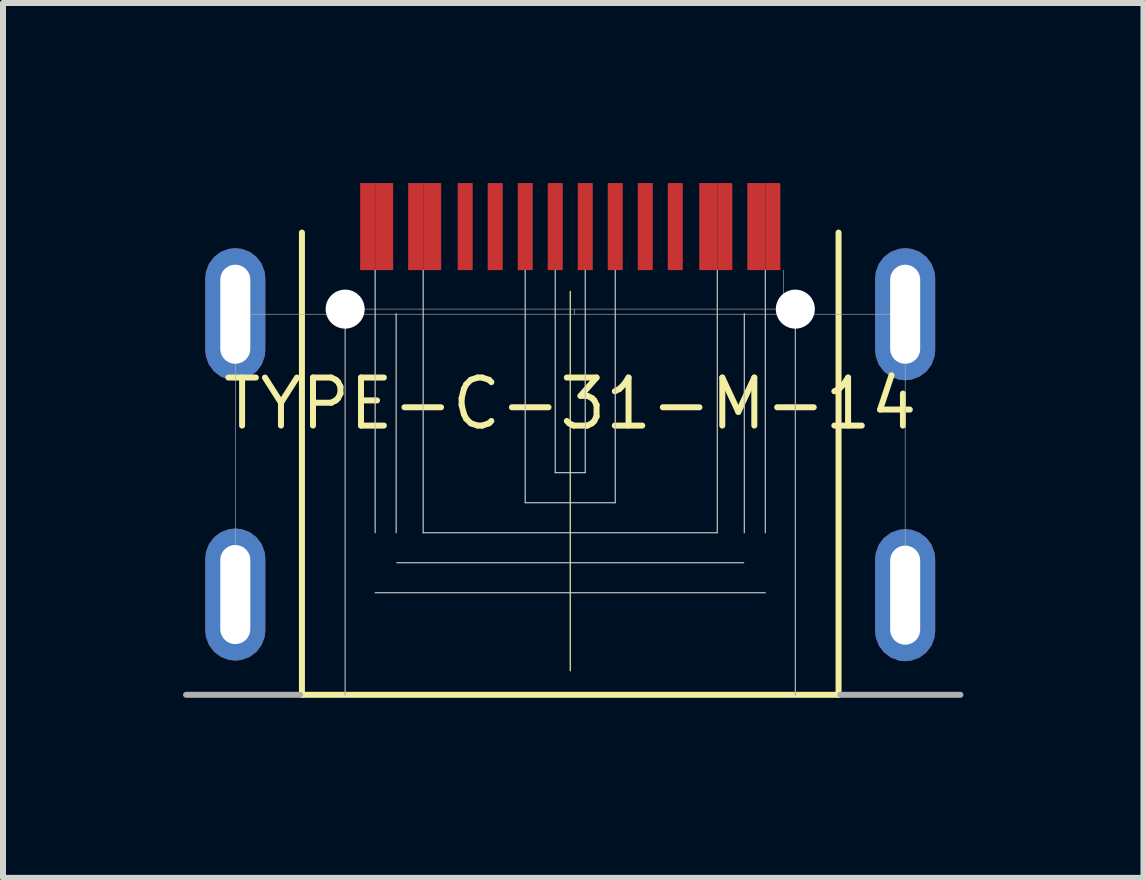
<source format=kicad_pcb>
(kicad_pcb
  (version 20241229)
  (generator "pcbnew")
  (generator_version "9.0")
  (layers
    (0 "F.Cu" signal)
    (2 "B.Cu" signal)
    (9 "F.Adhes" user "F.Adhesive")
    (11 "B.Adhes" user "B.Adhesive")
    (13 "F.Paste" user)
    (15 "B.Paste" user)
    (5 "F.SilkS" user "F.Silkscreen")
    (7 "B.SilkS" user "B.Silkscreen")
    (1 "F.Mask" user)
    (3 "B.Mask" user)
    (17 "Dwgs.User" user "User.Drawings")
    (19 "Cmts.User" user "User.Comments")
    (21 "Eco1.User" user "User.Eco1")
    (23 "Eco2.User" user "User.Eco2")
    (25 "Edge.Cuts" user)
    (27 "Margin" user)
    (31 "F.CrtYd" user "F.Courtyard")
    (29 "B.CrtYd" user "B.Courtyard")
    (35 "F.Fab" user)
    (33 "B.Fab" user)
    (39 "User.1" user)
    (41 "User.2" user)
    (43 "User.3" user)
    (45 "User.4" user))
  (footprint "TYPE-C-31-M-14"
    (layer "F.Cu")
    (at 6.45 5.825)
    (property "Reference" "TYPE-C-31-M-14" (at 0 -2.15 180) (layer "F.SilkS") (effects (font (size 0.8 0.8) (thickness 0.1))))
    (attr smd)
    (fp_line (start -4.47 -5) (end -4.47 2.7) (stroke (width 0.1) (type solid)) (layer "F.SilkS"))
    (fp_line (start 0 -4.02) (end 0 2.3) (stroke (width 0.02) (type solid)) (layer "F.SilkS"))
    (fp_line (start 4.47 -5) (end 4.47 2.7) (stroke (width 0.1) (type solid)) (layer "F.SilkS"))
    (fp_line (start 4.47 2.7) (end -4.47 2.7) (stroke (width 0.1) (type solid)) (layer "F.SilkS"))
    (fp_line (start -3.25 -4.37) (end -3.25 0) (stroke (width 0.02) (type solid)) (layer "Dwgs.User"))
    (fp_line (start -3.25 1) (end 3.25 1) (stroke (width 0.02) (type solid)) (layer "Dwgs.User"))
    (fp_line (start -2.9 -3.65) (end -2.9 0) (stroke (width 0.02) (type solid)) (layer "Dwgs.User"))
    (fp_line (start -2.89 0.5) (end 2.89 0.5) (stroke (width 0.02) (type solid)) (layer "Dwgs.User"))
    (fp_line (start -2.45 -4.37) (end -2.45 0) (stroke (width 0.02) (type solid)) (layer "Dwgs.User"))
    (fp_line (start -2.45 0) (end 2.45 0) (stroke (width 0.02) (type solid)) (layer "Dwgs.User"))
    (fp_line (start -0.75 -4.37) (end -0.75 -0.5) (stroke (width 0.02) (type solid)) (layer "Dwgs.User"))
    (fp_line (start -0.75 -0.5) (end 0.75 -0.5) (stroke (width 0.02) (type solid)) (layer "Dwgs.User"))
    (fp_line (start -0.25 -4.37) (end -0.25 -1) (stroke (width 0.02) (type solid)) (layer "Dwgs.User"))
    (fp_line (start -0.25 -1) (end 0.25 -1) (stroke (width 0.02) (type solid)) (layer "Dwgs.User"))
    (fp_line (start 0.25 -4.37) (end 0.25 -1) (stroke (width 0.02) (type solid)) (layer "Dwgs.User"))
    (fp_line (start 0.75 -4.37) (end 0.75 -0.5) (stroke (width 0.02) (type solid)) (layer "Dwgs.User"))
    (fp_line (start 2.45 -4.37) (end 2.45 0) (stroke (width 0.02) (type solid)) (layer "Dwgs.User"))
    (fp_line (start 2.9 -3.65) (end 2.9 0) (stroke (width 0.02) (type solid)) (layer "Dwgs.User"))
    (fp_line (start 3.25 -4.37) (end 3.25 0) (stroke (width 0.02) (type solid)) (layer "Dwgs.User"))
    (fp_line (start -5.58 -3.64) (end -5.58 1.04) (stroke (width 0.01) (type solid)) (layer "F.Fab"))
    (fp_line (start -5.575 -3.64) (end 0 -3.64) (stroke (width 0.01) (type solid)) (layer "F.Fab"))
    (fp_line (start -4.5 2.7) (end -6.4 2.7) (stroke (width 0.1) (type solid)) (layer "F.Fab"))
    (fp_line (start -3.75 -3.725) (end -3.75 2.705) (stroke (width 0.02) (type solid)) (layer "F.Fab"))
    (fp_line (start -3.75 -3.725) (end 0 -3.725) (stroke (width 0.01) (type solid)) (layer "F.Fab"))
    (fp_line (start 0 -3.725) (end 3.75 -3.725) (stroke (width 0.01) (type solid)) (layer "F.Fab"))
    (fp_line (start 0 -3.64) (end 5.575 -3.64) (stroke (width 0.01) (type solid)) (layer "F.Fab"))
    (fp_line (start 0.07 -3.72) (end 0.07 -3.64) (stroke (width 0.01) (type solid)) (layer "F.Fab"))
    (fp_line (start 3.55 -4.375) (end 3.55 -3.725) (stroke (width 0.01) (type solid)) (layer "F.Fab"))
    (fp_line (start 3.75 -3.725) (end 3.75 2.705) (stroke (width 0.02) (type solid)) (layer "F.Fab"))
    (fp_line (start 4.5 2.7) (end 6.5 2.7) (stroke (width 0.1) (type solid)) (layer "F.Fab"))
    (fp_line (start 5.58 -3.64) (end 5.58 1.04) (stroke (width 0.01) (type solid)) (layer "F.Fab"))
    (pad "" np_thru_hole circle (at -3.75 -3.725) (size 0.65 0.65) (drill 0.65) (layers "*.Cu" "*.Mask"))
    (pad "" np_thru_hole circle (at 3.75 -3.725) (size 0.65 0.65) (drill 0.65) (layers "*.Cu" "*.Mask"))
    (pad "A1" smd rect (at -3.375 -5.1) (size 0.25 1.45) (layers "F.Cu" "F.Mask" "F.Paste"))
    (pad "A4" smd rect (at -2.575 -5.1) (size 0.25 1.45) (layers "F.Cu" "F.Mask" "F.Paste"))
    (pad "A5" smd rect (at -1.25 -5.1) (size 0.25 1.45) (layers "F.Cu" "F.Mask" "F.Paste"))
    (pad "A6" smd rect (at -0.25 -5.1) (size 0.25 1.45) (layers "F.Cu" "F.Mask" "F.Paste"))
    (pad "A7" smd rect (at 0.25 -5.1) (size 0.25 1.45) (layers "F.Cu" "F.Mask" "F.Paste"))
    (pad "A8" smd rect (at 1.25 -5.1) (size 0.25 1.45) (layers "F.Cu" "F.Mask" "F.Paste"))
    (pad "A9" smd rect (at 2.575 -5.1) (size 0.25 1.45) (layers "F.Cu" "F.Mask" "F.Paste"))
    (pad "A12" smd rect (at 3.375 -5.1) (size 0.25 1.45) (layers "F.Cu" "F.Mask" "F.Paste"))
    (pad "B1" smd rect (at 3.1 -5.1) (size 0.3 1.45) (layers "F.Cu" "F.Mask" "F.Paste"))
    (pad "B4" smd rect (at 2.3 -5.1) (size 0.3 1.45) (layers "F.Cu" "F.Mask" "F.Paste"))
    (pad "B5" smd rect (at 1.75 -5.1) (size 0.25 1.45) (layers "F.Cu" "F.Mask" "F.Paste"))
    (pad "B6" smd rect (at 0.75 -5.1) (size 0.25 1.45) (layers "F.Cu" "F.Mask" "F.Paste"))
    (pad "B7" smd rect (at -0.75 -5.1) (size 0.25 1.45) (layers "F.Cu" "F.Mask" "F.Paste"))
    (pad "B8" smd rect (at -1.75 -5.1) (size 0.25 1.45) (layers "F.Cu" "F.Mask" "F.Paste"))
    (pad "B9" smd rect (at -2.3 -5.1) (size 0.3 1.45) (layers "F.Cu" "F.Mask" "F.Paste"))
    (pad "B12" smd rect (at -3.1 -5.1) (size 0.3 1.45) (layers "F.Cu" "F.Mask" "F.Paste"))
    (pad "S1" thru_hole roundrect (at -5.58 -3.64) (size 1 2.2) (drill oval 0.5 1.65) (layers "*.Cu" "*.Mask") (roundrect_rratio 0.5))
    (pad "S1" thru_hole roundrect (at -5.58 1.03) (size 1 2.2) (drill oval 0.5 1.65) (layers "*.Cu" "*.Mask") (roundrect_rratio 0.5))
    (pad "S1" thru_hole roundrect (at 5.58 -3.64) (size 1 2.2) (drill oval 0.5 1.65) (layers "*.Cu" "*.Mask") (roundrect_rratio 0.5))
    (pad "S1" thru_hole roundrect (at 5.58 1.04) (size 1 2.2) (drill oval 0.5 1.65) (layers "*.Cu" "*.Mask") (roundrect_rratio 0.5)))
  (gr_rect
    (start -3 -3)
    (end 16 11.575)
    (stroke (width 0.1) (type default))
    (fill no)
    (layer "Edge.Cuts")))
</source>
